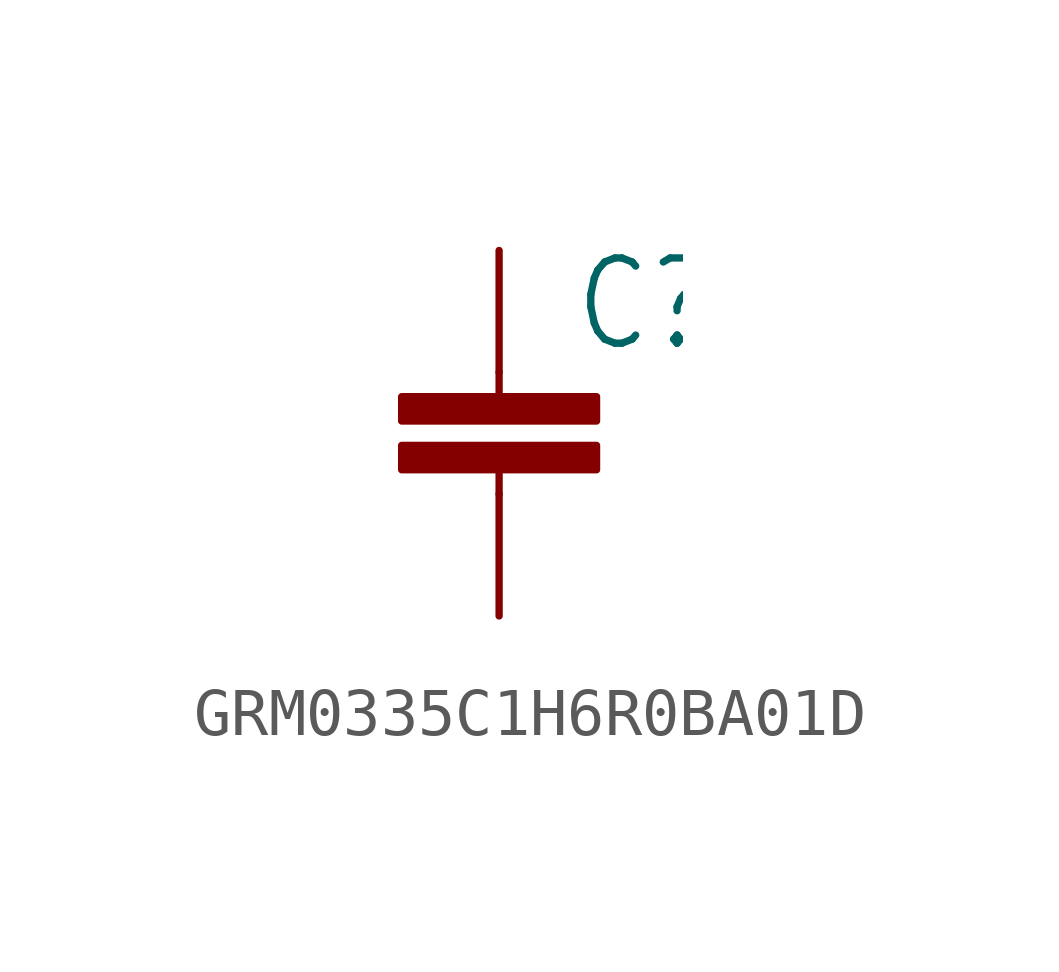
<source format=kicad_sym>
(kicad_symbol_lib
  (version 20220914)
  (generator kicad_symbol_editor)
  (symbol "GRM0335C1H6R0BA01D"
    (property "Reference" "C"
      (at 1.524 0.381 0)
      (effects (font (size 1.778 1.511)) (justify left bottom)))
    (property "Value" ""
      (at 1.524 -4.699 0)
      (effects (font (size 1.778 1.511)) (justify left bottom)))
    (property "ki_locked" ""
      (at 0 0 0)
      (effects (font (size 1.27 1.27))))
    (symbol "GRM0335C1H6R0BA01D_1_0"
      (rectangle (start -2.032 -2.032) (end 2.032 -1.524) (stroke (width 0) (type default)) (fill (type outline)))
      (rectangle (start -2.032 -1.016) (end 2.032 -0.508) (stroke (width 0) (type default)) (fill (type outline)))
      (polyline (pts (xy 0 -2.54) (xy 0 -2.032)) (stroke (width 0.152) (type solid)) (fill (type none)))
      (polyline (pts (xy 0 0) (xy 0 -0.508)) (stroke (width 0.152) (type solid)) (fill (type none)))
      (pin passive line (at 0 2.54 270) (length 2.54) (name "1" (effects (font (size 0 0)))) (number "1" (effects (font (size 0 0)))))
      (pin passive line (at 0 -5.08 90) (length 2.54) (name "2" (effects (font (size 0 0)))) (number "2" (effects (font (size 0 0))))))))
</source>
